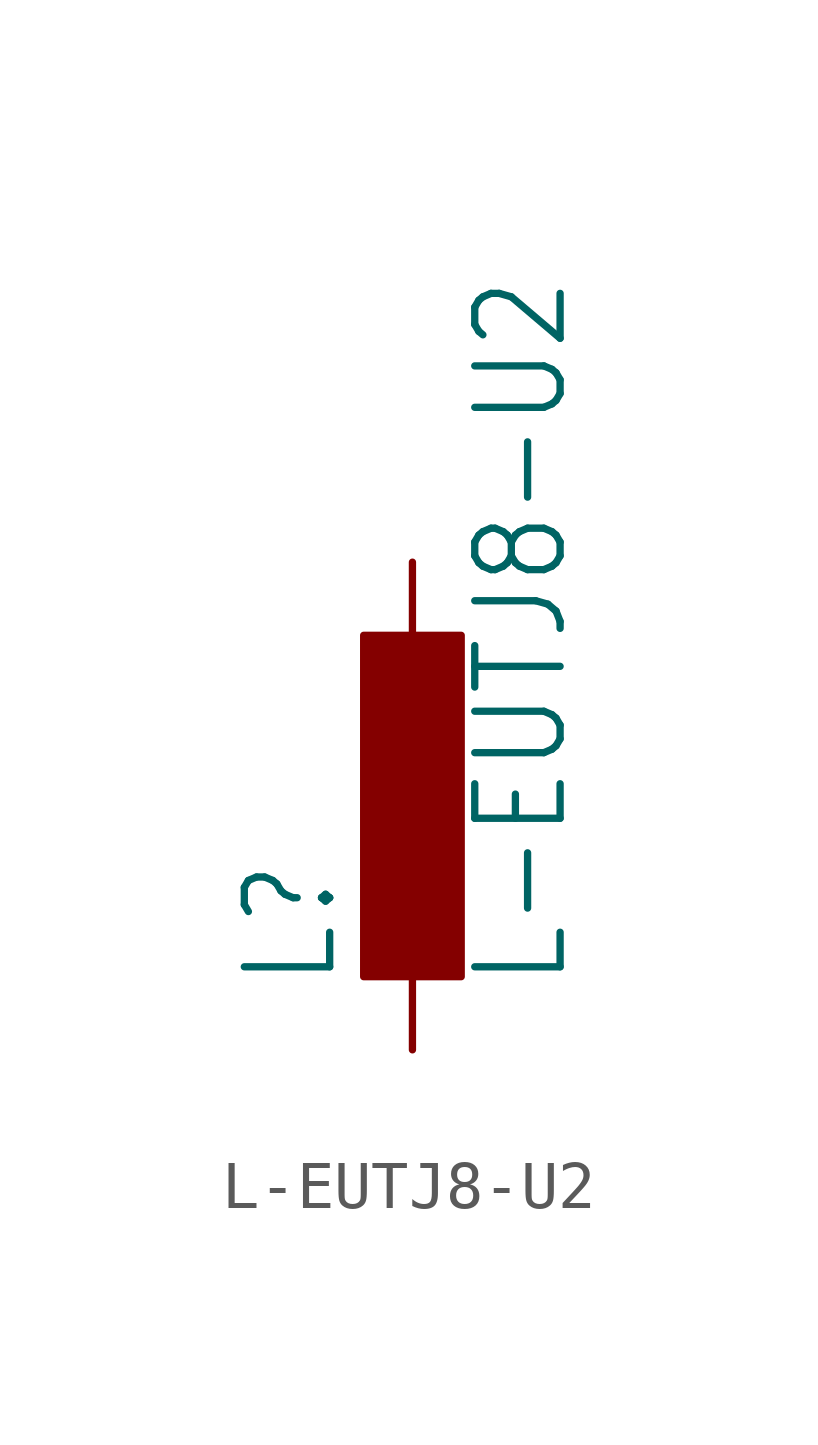
<source format=kicad_sym>
(kicad_symbol_lib
  (version 20211014)
  (generator kicad_symbol_editor)
  (symbol "L-EUTJ8-U2"
    (property "Reference" "L"
      (at -1.499 -3.81 90)
      (effects (font (size 1.778 1.511)) (justify left bottom)))
    (property "Value" "L-EUTJ8-U2"
      (at 3.302 -3.81 90)
      (effects (font (size 1.778 1.511)) (justify left bottom)))
    (property "ki_locked" ""
      (at 0 0 0)
      (effects (font (size 1.27 1.27))))
    (symbol "L-EUTJ8-U2_1_0"
      (rectangle (start -1.016 -3.556) (end 1.016 3.556) (stroke (width 0) (type default) (color 0 0 0 0)) (fill (type outline)))
      (pin passive line (at 0 5.08 270) (length 2.54) (name "1" (effects (font (size 0 0)))) (number "1" (effects (font (size 0 0)))))
      (pin passive line (at 0 -5.08 90) (length 2.54) (name "2" (effects (font (size 0 0)))) (number "2" (effects (font (size 0 0))))))))
</source>
